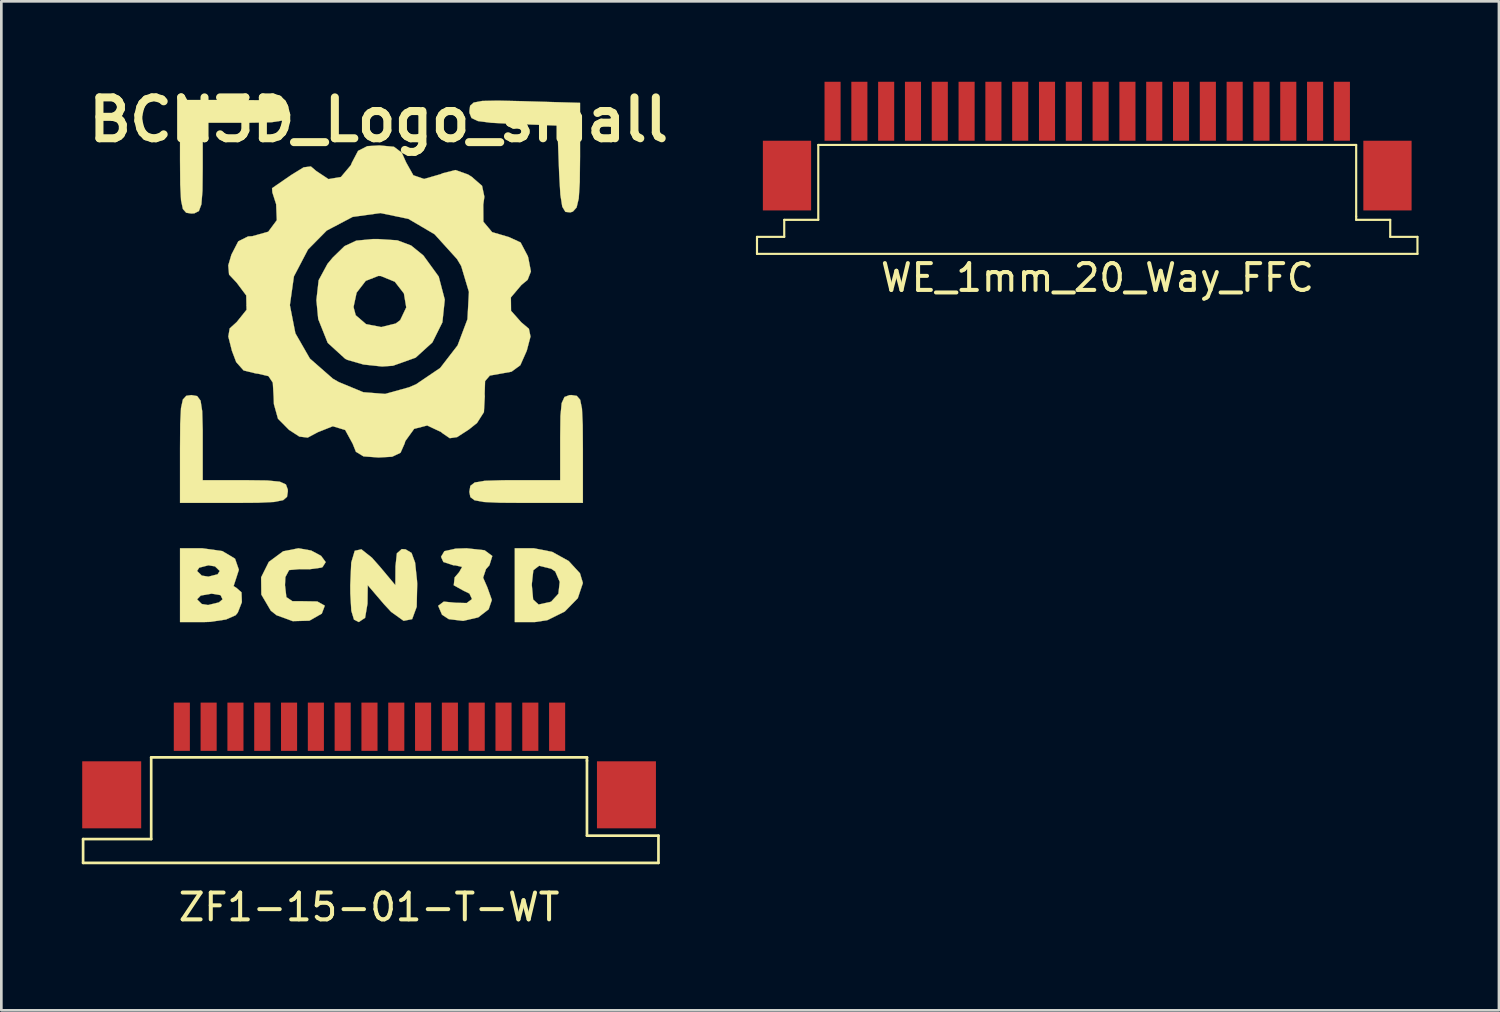
<source format=kicad_pcb>
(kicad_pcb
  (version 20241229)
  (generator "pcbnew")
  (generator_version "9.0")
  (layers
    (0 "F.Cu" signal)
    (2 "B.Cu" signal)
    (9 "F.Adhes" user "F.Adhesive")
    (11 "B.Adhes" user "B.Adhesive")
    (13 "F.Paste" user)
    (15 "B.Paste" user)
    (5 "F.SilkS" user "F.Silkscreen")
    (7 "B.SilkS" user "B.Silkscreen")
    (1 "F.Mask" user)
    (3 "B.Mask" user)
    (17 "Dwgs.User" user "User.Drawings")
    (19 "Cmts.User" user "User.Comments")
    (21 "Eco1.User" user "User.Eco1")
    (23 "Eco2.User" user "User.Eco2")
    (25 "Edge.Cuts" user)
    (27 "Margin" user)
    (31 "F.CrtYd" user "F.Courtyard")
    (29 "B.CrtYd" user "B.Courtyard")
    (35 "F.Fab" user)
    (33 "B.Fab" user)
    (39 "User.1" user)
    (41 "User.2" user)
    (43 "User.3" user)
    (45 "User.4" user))
  (footprint "WE_1mm_20_Way_FFC"
    (layer "F.Cu")
    (at 37.508 3.5)
    (property "Reference" "WE_1mm_20_Way_FFC" (at 0.381 3.81 0) (layer "F.SilkS") (effects (font (size 1 1) (thickness 0.15))))
    (attr through_hole)
    (fp_line (start -12.319 2.286) (end -11.303 2.286) (stroke (width 0.08) (type solid)) (layer "F.SilkS"))
    (fp_line (start -12.319 2.413) (end -12.319 2.286) (stroke (width 0.08) (type solid)) (layer "F.SilkS"))
    (fp_line (start -12.319 2.921) (end -12.319 2.413) (stroke (width 0.08) (type solid)) (layer "F.SilkS"))
    (fp_line (start -11.303 2.286) (end -11.303 1.651) (stroke (width 0.08) (type solid)) (layer "F.SilkS"))
    (fp_line (start -10.033 -1.143) (end -10.033 1.651) (stroke (width 0.08) (type solid)) (layer "F.SilkS"))
    (fp_line (start -10.033 -1.143) (end 10.033 -1.143) (stroke (width 0.08) (type solid)) (layer "F.SilkS"))
    (fp_line (start -10.033 1.651) (end -11.303 1.651) (stroke (width 0.08) (type solid)) (layer "F.SilkS"))
    (fp_line (start 10.033 -1.143) (end 10.033 1.524) (stroke (width 0.08) (type solid)) (layer "F.SilkS"))
    (fp_line (start 10.033 1.524) (end 10.033 1.651) (stroke (width 0.08) (type solid)) (layer "F.SilkS"))
    (fp_line (start 10.033 1.651) (end 11.303 1.651) (stroke (width 0.08) (type solid)) (layer "F.SilkS"))
    (fp_line (start 11.303 1.651) (end 11.303 2.286) (stroke (width 0.08) (type solid)) (layer "F.SilkS"))
    (fp_line (start 11.303 2.286) (end 12.319 2.286) (stroke (width 0.08) (type solid)) (layer "F.SilkS"))
    (fp_line (start 12.319 2.286) (end 12.319 2.921) (stroke (width 0.08) (type solid)) (layer "F.SilkS"))
    (fp_line (start 12.319 2.921) (end -12.319 2.921) (stroke (width 0.08) (type solid)) (layer "F.SilkS"))
    (pad "0" smd rect (at -11.2 0) (size 1.8 2.6) (layers "F.Cu" "F.Mask" "F.Paste"))
    (pad "0" smd rect (at 11.2 0) (size 1.8 2.6) (layers "F.Cu" "F.Mask" "F.Paste"))
    (pad "1" smd rect (at -9.5 -2.4) (size 0.6 2.2) (layers "F.Cu" "F.Mask" "F.Paste"))
    (pad "2" smd rect (at -8.5 -2.4) (size 0.6 2.2) (layers "F.Cu" "F.Mask" "F.Paste"))
    (pad "3" smd rect (at -7.5 -2.4) (size 0.6 2.2) (layers "F.Cu" "F.Mask" "F.Paste"))
    (pad "4" smd rect (at -6.5 -2.4) (size 0.6 2.2) (layers "F.Cu" "F.Mask" "F.Paste"))
    (pad "5" smd rect (at -5.5 -2.4) (size 0.6 2.2) (layers "F.Cu" "F.Mask" "F.Paste"))
    (pad "6" smd rect (at -4.5 -2.4) (size 0.6 2.2) (layers "F.Cu" "F.Mask" "F.Paste"))
    (pad "7" smd rect (at -3.5 -2.4) (size 0.6 2.2) (layers "F.Cu" "F.Mask" "F.Paste"))
    (pad "8" smd rect (at -2.5 -2.4) (size 0.6 2.2) (layers "F.Cu" "F.Mask" "F.Paste"))
    (pad "9" smd rect (at -1.5 -2.4) (size 0.6 2.2) (layers "F.Cu" "F.Mask" "F.Paste"))
    (pad "10" smd rect (at -0.5 -2.4) (size 0.6 2.2) (layers "F.Cu" "F.Mask" "F.Paste"))
    (pad "11" smd rect (at 0.5 -2.4) (size 0.6 2.2) (layers "F.Cu" "F.Mask" "F.Paste"))
    (pad "12" smd rect (at 1.5 -2.4) (size 0.6 2.2) (layers "F.Cu" "F.Mask" "F.Paste"))
    (pad "13" smd rect (at 2.5 -2.4) (size 0.6 2.2) (layers "F.Cu" "F.Mask" "F.Paste"))
    (pad "14" smd rect (at 3.5 -2.4) (size 0.6 2.2) (layers "F.Cu" "F.Mask" "F.Paste"))
    (pad "15" smd rect (at 4.5 -2.4) (size 0.6 2.2) (layers "F.Cu" "F.Mask" "F.Paste"))
    (pad "16" smd rect (at 5.5 -2.4) (size 0.6 2.2) (layers "F.Cu" "F.Mask" "F.Paste"))
    (pad "17" smd rect (at 6.5 -2.4) (size 0.6 2.2) (layers "F.Cu" "F.Mask" "F.Paste"))
    (pad "18" smd rect (at 7.5 -2.4) (size 0.6 2.2) (layers "F.Cu" "F.Mask" "F.Paste"))
    (pad "19" smd rect (at 8.5 -2.4) (size 0.6 2.2) (layers "F.Cu" "F.Mask" "F.Paste"))
    (pad "20" smd rect (at 9.5 -2.4) (size 0.6 2.2) (layers "F.Cu" "F.Mask" "F.Paste")))
  (footprint "ZF1-15-01-T-WT"
    (layer "F.Cu")
    (at 10.718 24.06)
    (property "Reference" "ZF1-15-01-T-WT" (at 0 6.731 0) (layer "F.SilkS") (effects (font (size 1 1) (thickness 0.15))))
    (attr through_hole)
    (fp_line (start -10.668 4.191) (end -10.668 5.08) (stroke (width 0.1) (type solid)) (layer "F.SilkS"))
    (fp_line (start -10.668 5.08) (end 10.795 5.08) (stroke (width 0.1) (type solid)) (layer "F.SilkS"))
    (fp_line (start -8.128 1.143) (end -8.128 4.191) (stroke (width 0.1) (type solid)) (layer "F.SilkS"))
    (fp_line (start -8.128 1.143) (end 8.128 1.143) (stroke (width 0.1) (type solid)) (layer "F.SilkS"))
    (fp_line (start -8.128 4.191) (end -10.668 4.191) (stroke (width 0.1) (type solid)) (layer "F.SilkS"))
    (fp_line (start 8.128 1.143) (end 8.128 1.27) (stroke (width 0.1) (type solid)) (layer "F.SilkS"))
    (fp_line (start 8.128 4.064) (end 8.128 1.27) (stroke (width 0.1) (type solid)) (layer "F.SilkS"))
    (fp_line (start 10.795 4.064) (end 8.128 4.064) (stroke (width 0.1) (type solid)) (layer "F.SilkS"))
    (fp_line (start 10.795 5.08) (end 10.795 4.064) (stroke (width 0.1) (type solid)) (layer "F.SilkS"))
    (pad "0" smd rect (at -9.601 2.54) (size 2.2 2.5) (layers "F.Cu" "F.Mask" "F.Paste"))
    (pad "0" smd rect (at 9.601 2.54) (size 2.2 2.5) (layers "F.Cu" "F.Mask" "F.Paste"))
    (pad "1" smd rect (at -6.985 0) (size 0.6 1.8) (layers "F.Cu" "F.Mask" "F.Paste"))
    (pad "2" smd rect (at -5.985 0) (size 0.6 1.8) (layers "F.Cu" "F.Mask" "F.Paste"))
    (pad "3" smd rect (at -4.985 0) (size 0.6 1.8) (layers "F.Cu" "F.Mask" "F.Paste"))
    (pad "4" smd rect (at -3.985 0) (size 0.6 1.8) (layers "F.Cu" "F.Mask" "F.Paste"))
    (pad "5" smd rect (at -2.985 0) (size 0.6 1.8) (layers "F.Cu" "F.Mask" "F.Paste"))
    (pad "6" smd rect (at -1.985 0) (size 0.6 1.8) (layers "F.Cu" "F.Mask" "F.Paste"))
    (pad "7" smd rect (at -0.985 0) (size 0.6 1.8) (layers "F.Cu" "F.Mask" "F.Paste"))
    (pad "8" smd rect (at 0.015 0) (size 0.6 1.8) (layers "F.Cu" "F.Mask" "F.Paste"))
    (pad "9" smd rect (at 1.015 0) (size 0.6 1.8) (layers "F.Cu" "F.Mask" "F.Paste"))
    (pad "10" smd rect (at 2.015 0) (size 0.6 1.8) (layers "F.Cu" "F.Mask" "F.Paste"))
    (pad "11" smd rect (at 3.015 0) (size 0.6 1.8) (layers "F.Cu" "F.Mask" "F.Paste"))
    (pad "12" smd rect (at 4.015 0) (size 0.6 1.8) (layers "F.Cu" "F.Mask" "F.Paste"))
    (pad "13" smd rect (at 5.015 0) (size 0.6 1.8) (layers "F.Cu" "F.Mask" "F.Paste"))
    (pad "14" smd rect (at 6.015 0) (size 0.6 1.8) (layers "F.Cu" "F.Mask" "F.Paste"))
    (pad "15" smd rect (at 7.015 0) (size 0.6 1.8) (layers "F.Cu" "F.Mask" "F.Paste")))
  (footprint "BCN3D_Logo_small"
    (layer "F.Cu")
    (at 11.074 10.418)
    (property "Reference" "BCN3D_Logo_small" (at 0 -9 0) (layer "F.SilkS") (effects (font (size 1.524 1.524) (thickness 0.3))))
    (attr through_hole)
    (fp_poly (pts (xy -6.769 1.307) (xy -6.642 1.478) (xy -6.581 1.871) (xy -6.562 2.572) (xy -6.562 2.857) (xy -6.562 4.445) (xy -4.974 4.445) (xy -4.162 4.455) (xy -3.686 4.501) (xy -3.458 4.605) (xy -3.389 4.792) (xy -3.387 4.868) (xy -3.417 5.065) (xy -3.56 5.189) (xy -3.896 5.257) (xy -4.501 5.286) (xy -5.397 5.292) (xy -7.408 5.292) (xy -7.408 3.281) (xy -7.402 2.346) (xy -7.372 1.756) (xy -7.301 1.433) (xy -7.174 1.297) (xy -6.985 1.27) (xy -6.769 1.307)) (stroke (width 0.01) (type solid)) (fill yes) (layer "F.SilkS"))
    (fp_poly (pts (xy -4.463 -9.73) (xy -3.873 -9.7) (xy -3.549 -9.63) (xy -3.413 -9.502) (xy -3.387 -9.313) (xy -3.424 -9.097) (xy -3.595 -8.97) (xy -3.987 -8.909) (xy -4.688 -8.891) (xy -4.974 -8.89) (xy -6.562 -8.89) (xy -6.562 -7.197) (xy -6.571 -6.353) (xy -6.611 -5.847) (xy -6.705 -5.595) (xy -6.873 -5.51) (xy -6.985 -5.503) (xy -7.178 -5.532) (xy -7.301 -5.671) (xy -7.37 -5.995) (xy -7.401 -6.581) (xy -7.408 -7.507) (xy -7.408 -7.62) (xy -7.408 -9.737) (xy -5.397 -9.737) (xy -4.463 -9.73)) (stroke (width 0.01) (type solid)) (fill yes) (layer "F.SilkS"))
    (fp_poly (pts (xy -2.516 7.069) (xy -2.146 7.268) (xy -1.974 7.501) (xy -2.093 7.688) (xy -2.146 7.708) (xy -2.576 7.767) (xy -2.963 7.764) (xy -3.339 7.798) (xy -3.478 8.059) (xy -3.493 8.361) (xy -3.441 8.808) (xy -3.215 8.959) (xy -2.963 8.958) (xy -2.288 8.969) (xy -2.008 9.126) (xy -2.119 9.422) (xy -2.582 9.686) (xy -3.204 9.703) (xy -3.809 9.482) (xy -4.022 9.313) (xy -4.375 8.712) (xy -4.383 8.069) (xy -4.096 7.493) (xy -3.562 7.098) (xy -2.989 6.985) (xy -2.516 7.069)) (stroke (width 0.01) (type solid)) (fill yes) (layer "F.SilkS"))
    (fp_poly (pts (xy 5.362 -9.694) (xy 5.45 -9.691) (xy 7.514 -9.631) (xy 7.514 -7.623) (xy 7.504 -6.673) (xy 7.466 -6.068) (xy 7.385 -5.728) (xy 7.248 -5.576) (xy 7.153 -5.545) (xy 6.968 -5.564) (xy 6.851 -5.758) (xy 6.78 -6.207) (xy 6.735 -6.99) (xy 6.73 -7.13) (xy 6.668 -8.784) (xy 5.027 -8.846) (xy 4.198 -8.888) (xy 3.705 -8.952) (xy 3.465 -9.065) (xy 3.39 -9.252) (xy 3.387 -9.33) (xy 3.414 -9.523) (xy 3.547 -9.642) (xy 3.865 -9.702) (xy 4.444 -9.714) (xy 5.362 -9.694)) (stroke (width 0.01) (type solid)) (fill yes) (layer "F.SilkS"))
    (fp_poly (pts (xy 7.393 1.3) (xy 7.518 1.444) (xy 7.586 1.779) (xy 7.614 2.384) (xy 7.62 3.281) (xy 7.62 5.292) (xy 5.503 5.292) (xy 4.54 5.286) (xy 3.923 5.258) (xy 3.577 5.193) (xy 3.423 5.076) (xy 3.387 4.891) (xy 3.387 4.868) (xy 3.422 4.657) (xy 3.585 4.531) (xy 3.96 4.468) (xy 4.634 4.447) (xy 5.08 4.445) (xy 6.773 4.445) (xy 6.773 2.857) (xy 6.783 2.046) (xy 6.829 1.57) (xy 6.934 1.341) (xy 7.12 1.272) (xy 7.197 1.27) (xy 7.393 1.3)) (stroke (width 0.01) (type solid)) (fill yes) (layer "F.SilkS"))
    (fp_poly (pts (xy 6.475 7.119) (xy 7.09 7.46) (xy 7.511 7.917) (xy 7.62 8.28) (xy 7.43 8.847) (xy 6.944 9.344) (xy 6.29 9.668) (xy 5.83 9.737) (xy 5.08 9.737) (xy 5.08 8.361) (xy 5.715 8.361) (xy 5.765 8.897) (xy 5.968 9.083) (xy 6.403 8.987) (xy 6.439 8.973) (xy 6.706 8.682) (xy 6.756 8.238) (xy 6.589 7.85) (xy 6.439 7.748) (xy 5.987 7.637) (xy 5.772 7.804) (xy 5.715 8.317) (xy 5.715 8.361) (xy 5.08 8.361) (xy 5.08 6.985) (xy 5.792 6.985) (xy 6.475 7.119)) (stroke (width 0.01) (type solid)) (fill yes) (layer "F.SilkS"))
    (fp_poly (pts (xy 1.005 7.024) (xy 1.229 7.159) (xy 1.361 7.52) (xy 1.433 8.198) (xy 1.439 8.313) (xy 1.42 9.168) (xy 1.251 9.628) (xy 0.933 9.691) (xy 0.467 9.358) (xy 0.206 9.077) (xy -0.406 8.361) (xy -0.415 9.049) (xy -0.505 9.579) (xy -0.741 9.737) (xy -0.919 9.645) (xy -1.018 9.317) (xy -1.056 8.673) (xy -1.058 8.361) (xy -1.021 7.519) (xy -0.891 7.079) (xy -0.642 7.024) (xy -0.248 7.338) (xy 0.047 7.671) (xy 0.624 8.361) (xy 0.629 7.657) (xy 0.681 7.174) (xy 0.863 7.015) (xy 1.005 7.024)) (stroke (width 0.01) (type solid)) (fill yes) (layer "F.SilkS"))
    (fp_poly (pts (xy 3.953 7.059) (xy 4.241 7.273) (xy 4.134 7.617) (xy 4.004 7.764) (xy 3.898 8.082) (xy 4.056 8.442) (xy 4.224 8.914) (xy 4.105 9.261) (xy 3.715 9.563) (xy 3.153 9.693) (xy 2.615 9.628) (xy 2.365 9.463) (xy 2.222 9.131) (xy 2.431 8.975) (xy 2.866 9.017) (xy 3.285 9.028) (xy 3.484 8.879) (xy 3.388 8.674) (xy 3.178 8.573) (xy 2.803 8.365) (xy 2.836 8.073) (xy 3.006 7.874) (xy 3.115 7.68) (xy 2.857 7.621) (xy 2.794 7.62) (xy 2.416 7.497) (xy 2.328 7.303) (xy 2.453 7.093) (xy 2.877 6.998) (xy 3.281 6.985) (xy 3.953 7.059)) (stroke (width 0.01) (type solid)) (fill yes) (layer "F.SilkS"))
    (fp_poly (pts (xy -5.829 7.09) (xy -5.356 7.373) (xy -5.213 7.787) (xy -5.3 8.058) (xy -5.41 8.395) (xy -5.299 8.467) (xy -5.115 8.629) (xy -5.101 8.995) (xy -5.253 9.384) (xy -5.334 9.483) (xy -5.693 9.641) (xy -6.282 9.73) (xy -6.498 9.737) (xy -7.408 9.737) (xy -7.408 8.89) (xy -6.773 8.89) (xy -6.597 9.064) (xy -6.362 9.102) (xy -5.957 9.004) (xy -5.821 8.89) (xy -5.896 8.733) (xy -6.232 8.678) (xy -6.635 8.749) (xy -6.773 8.89) (xy -7.408 8.89) (xy -7.408 7.832) (xy -6.773 7.832) (xy -6.596 8.004) (xy -6.35 8.043) (xy -6.006 7.955) (xy -5.927 7.832) (xy -6.104 7.66) (xy -6.35 7.62) (xy -6.694 7.709) (xy -6.773 7.832) (xy -7.408 7.832) (xy -7.408 6.985) (xy -6.577 6.985) (xy -5.829 7.09)) (stroke (width 0.01) (type solid)) (fill yes) (layer "F.SilkS"))
    (fp_poly (pts (xy 0.698 -4.503) (xy 1.212 -4.31) (xy 1.669 -3.939) (xy 2.242 -3.151) (xy 2.468 -2.291) (xy 2.379 -1.444) (xy 2.006 -0.694) (xy 1.381 -0.126) (xy 0.534 0.176) (xy 0.13 0.204) (xy -0.564 0.13) (xy -1.162 -0.042) (xy -1.247 -0.084) (xy -1.899 -0.678) (xy -2.253 -1.566) (xy -2.296 -2.014) (xy -0.936 -2.014) (xy -0.854 -1.708) (xy -0.468 -1.377) (xy 0.095 -1.267) (xy 0.639 -1.4) (xy 0.804 -1.524) (xy 1.031 -2) (xy 0.943 -2.522) (xy 0.604 -2.958) (xy 0.083 -3.171) (xy -0.01 -3.175) (xy -0.481 -2.991) (xy -0.821 -2.55) (xy -0.936 -2.014) (xy -2.296 -2.014) (xy -2.321 -2.272) (xy -2.237 -3.014) (xy -1.907 -3.625) (xy -1.711 -3.86) (xy -1.271 -4.287) (xy -0.835 -4.491) (xy -0.212 -4.55) (xy -0.031 -4.551) (xy 0.698 -4.503)) (stroke (width 0.01) (type solid)) (fill yes) (layer "F.SilkS"))
    (fp_poly (pts (xy 0.571 -7.993) (xy 0.864 -7.773) (xy 1.027 -7.408) (xy 1.295 -6.93) (xy 1.697 -6.792) (xy 2.316 -6.971) (xy 2.398 -7.007) (xy 2.869 -7.125) (xy 3.334 -6.959) (xy 3.471 -6.874) (xy 3.858 -6.537) (xy 3.945 -6.129) (xy 3.904 -5.833) (xy 3.908 -5.198) (xy 4.235 -4.808) (xy 4.861 -4.624) (xy 5.296 -4.424) (xy 5.565 -3.914) (xy 5.583 -3.853) (xy 5.681 -3.341) (xy 5.558 -3.029) (xy 5.325 -2.836) (xy 4.934 -2.373) (xy 4.94 -1.874) (xy 5.322 -1.444) (xy 5.606 -1.204) (xy 5.666 -0.915) (xy 5.533 -0.409) (xy 5.521 -0.372) (xy 5.286 0.157) (xy 4.958 0.397) (xy 4.591 0.464) (xy 4.149 0.542) (xy 3.971 0.749) (xy 3.956 1.222) (xy 3.961 1.314) (xy 3.928 1.907) (xy 3.671 2.311) (xy 3.368 2.553) (xy 2.928 2.838) (xy 2.654 2.878) (xy 2.377 2.689) (xy 2.332 2.649) (xy 1.813 2.404) (xy 1.325 2.53) (xy 0.996 2.986) (xy 0.97 3.077) (xy 0.818 3.421) (xy 0.504 3.57) (xy 0 3.598) (xy -0.564 3.557) (xy -0.847 3.385) (xy -0.968 3.084) (xy -1.248 2.572) (xy -1.709 2.433) (xy -2.262 2.652) (xy -2.645 2.856) (xy -2.957 2.818) (xy -3.343 2.567) (xy -3.754 2.152) (xy -3.906 1.607) (xy -3.916 1.339) (xy -3.947 0.807) (xy -4.109 0.563) (xy -4.501 0.472) (xy -4.572 0.465) (xy -5.037 0.351) (xy -5.313 0.039) (xy -5.472 -0.381) (xy -5.607 -0.914) (xy -5.556 -1.217) (xy -5.293 -1.455) (xy -4.927 -1.911) (xy -4.931 -2.085) (xy -3.311 -2.085) (xy -3.105 -1.035) (xy -2.564 -0.092) (xy -1.706 0.659) (xy -1.49 0.783) (xy -0.574 1.163) (xy 0.243 1.227) (xy 1.136 0.979) (xy 1.397 0.867) (xy 2.297 0.258) (xy 2.946 -0.583) (xy 3.314 -1.56) (xy 3.369 -2.58) (xy 3.08 -3.545) (xy 2.924 -3.805) (xy 2.086 -4.73) (xy 1.111 -5.303) (xy 0.07 -5.52) (xy -0.968 -5.377) (xy -1.935 -4.868) (xy -2.634 -4.161) (xy -3.16 -3.156) (xy -3.311 -2.085) (xy -4.931 -2.085) (xy -4.938 -2.447) (xy -5.3 -2.929) (xy -5.579 -3.226) (xy -5.609 -3.568) (xy -5.491 -3.969) (xy -5.235 -4.466) (xy -4.869 -4.648) (xy -4.712 -4.657) (xy -4.118 -4.823) (xy -3.798 -5.254) (xy -3.823 -5.852) (xy -3.838 -5.896) (xy -3.964 -6.291) (xy -3.975 -6.448) (xy -3.78 -6.582) (xy -3.37 -6.864) (xy -3.252 -6.945) (xy -2.796 -7.226) (xy -2.527 -7.259) (xy -2.326 -7.088) (xy -1.87 -6.786) (xy -1.406 -6.866) (xy -1.038 -7.303) (xy -0.994 -7.408) (xy -0.767 -7.84) (xy -0.422 -8.016) (xy 0.026 -8.043) (xy 0.571 -7.993)) (stroke (width 0.01) (type solid)) (fill yes) (layer "F.SilkS")))
  (gr_rect
    (start -3 -3)
    (end 52.867 34.639)
    (stroke (width 0.1) (type default))
    (fill no)
    (layer "Edge.Cuts")))
</source>
